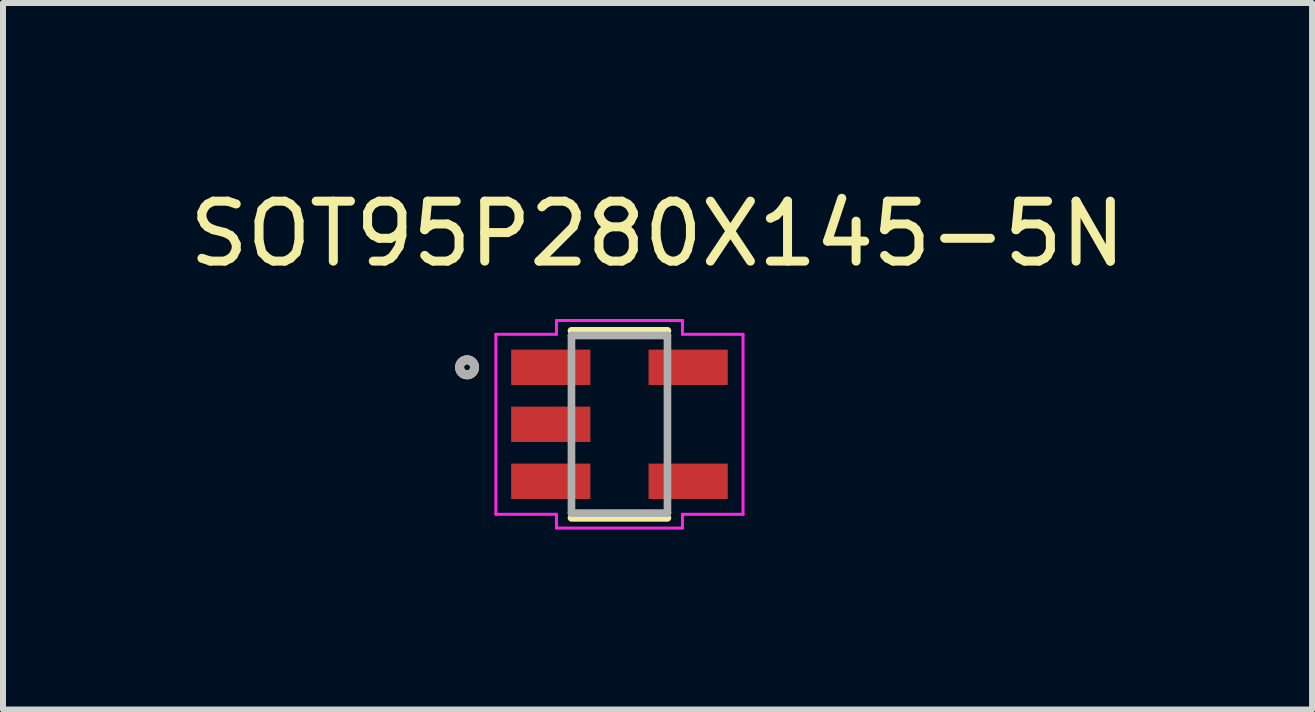
<source format=kicad_pcb>
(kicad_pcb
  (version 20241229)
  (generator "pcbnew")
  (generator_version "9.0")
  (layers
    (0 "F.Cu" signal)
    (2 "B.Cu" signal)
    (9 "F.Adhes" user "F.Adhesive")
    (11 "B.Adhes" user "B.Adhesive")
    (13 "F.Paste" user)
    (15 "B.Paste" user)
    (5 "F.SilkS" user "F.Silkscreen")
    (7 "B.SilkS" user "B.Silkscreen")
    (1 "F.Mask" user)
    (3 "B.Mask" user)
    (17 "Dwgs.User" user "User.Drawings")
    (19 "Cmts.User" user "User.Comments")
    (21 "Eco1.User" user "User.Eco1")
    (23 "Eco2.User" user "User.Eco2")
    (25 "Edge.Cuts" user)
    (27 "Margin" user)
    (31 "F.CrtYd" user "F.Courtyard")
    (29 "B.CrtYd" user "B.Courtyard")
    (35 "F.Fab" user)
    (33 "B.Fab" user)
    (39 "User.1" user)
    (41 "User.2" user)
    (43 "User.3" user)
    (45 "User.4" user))
  (footprint "SOT95P280X145-5N"
    (layer "F.Cu")
    (at 7.276 4.023)
    (property "Reference" "SOT95P280X145-5N" (at 0.635 -3.175 0) (layer "F.SilkS") (effects (font (size 1 1) (thickness 0.15))))
    (attr smd)
    (fp_line (start -0.8 -1.559) (end 0.8 -1.559) (stroke (width 0.127) (type solid)) (layer "F.SilkS"))
    (fp_line (start 0.8 1.559) (end -0.8 1.559) (stroke (width 0.127) (type solid)) (layer "F.SilkS"))
    (fp_circle (center -2.54 -0.95) (end -2.49 -0.95) (stroke (width 0.15) (type solid)) (fill no) (layer "F.SilkS"))
    (fp_line (start -2.06 -1.5) (end -2.06 1.5) (stroke (width 0.05) (type solid)) (layer "F.CrtYd"))
    (fp_line (start -2.06 1.5) (end -1.05 1.5) (stroke (width 0.05) (type solid)) (layer "F.CrtYd"))
    (fp_line (start -1.05 -1.73) (end -1.05 -1.5) (stroke (width 0.05) (type solid)) (layer "F.CrtYd"))
    (fp_line (start -1.05 -1.5) (end -2.06 -1.5) (stroke (width 0.05) (type solid)) (layer "F.CrtYd"))
    (fp_line (start -1.05 1.5) (end -1.05 1.73) (stroke (width 0.05) (type solid)) (layer "F.CrtYd"))
    (fp_line (start -1.05 1.73) (end 1.05 1.73) (stroke (width 0.05) (type solid)) (layer "F.CrtYd"))
    (fp_line (start 1.05 -1.73) (end -1.05 -1.73) (stroke (width 0.05) (type solid)) (layer "F.CrtYd"))
    (fp_line (start 1.05 -1.5) (end 1.05 -1.73) (stroke (width 0.05) (type solid)) (layer "F.CrtYd"))
    (fp_line (start 1.05 1.5) (end 2.06 1.5) (stroke (width 0.05) (type solid)) (layer "F.CrtYd"))
    (fp_line (start 1.05 1.73) (end 1.05 1.5) (stroke (width 0.05) (type solid)) (layer "F.CrtYd"))
    (fp_line (start 2.06 -1.5) (end 1.05 -1.5) (stroke (width 0.05) (type solid)) (layer "F.CrtYd"))
    (fp_line (start 2.06 1.5) (end 2.06 -1.5) (stroke (width 0.05) (type solid)) (layer "F.CrtYd"))
    (fp_line (start -0.8 -1.48) (end -0.8 1.48) (stroke (width 0.127) (type solid)) (layer "F.Fab"))
    (fp_line (start -0.8 1.48) (end 0.8 1.48) (stroke (width 0.127) (type solid)) (layer "F.Fab"))
    (fp_line (start 0.8 -1.48) (end -0.8 -1.48) (stroke (width 0.127) (type solid)) (layer "F.Fab"))
    (fp_line (start 0.8 1.48) (end 0.8 -1.48) (stroke (width 0.127) (type solid)) (layer "F.Fab"))
    (fp_circle (center -2.54 -0.95) (end -2.49 -0.95) (stroke (width 0.15) (type solid)) (fill no) (layer "F.Fab"))
    (pad "1" smd rect (at -1.145 -0.95) (size 1.32 0.59) (layers "F.Cu" "F.Mask" "F.Paste"))
    (pad "2" smd rect (at -1.145 0) (size 1.32 0.59) (layers "F.Cu" "F.Mask" "F.Paste"))
    (pad "3" smd rect (at -1.145 0.95) (size 1.32 0.59) (layers "F.Cu" "F.Mask" "F.Paste"))
    (pad "4" smd rect (at 1.145 0.95) (size 1.32 0.59) (layers "F.Cu" "F.Mask" "F.Paste"))
    (pad "5" smd rect (at 1.145 -0.95) (size 1.32 0.59) (layers "F.Cu" "F.Mask" "F.Paste")))
  (gr_rect
    (start -3 -3)
    (end 18.821 8.778)
    (stroke (width 0.1) (type default))
    (fill no)
    (layer "Edge.Cuts")))
</source>
